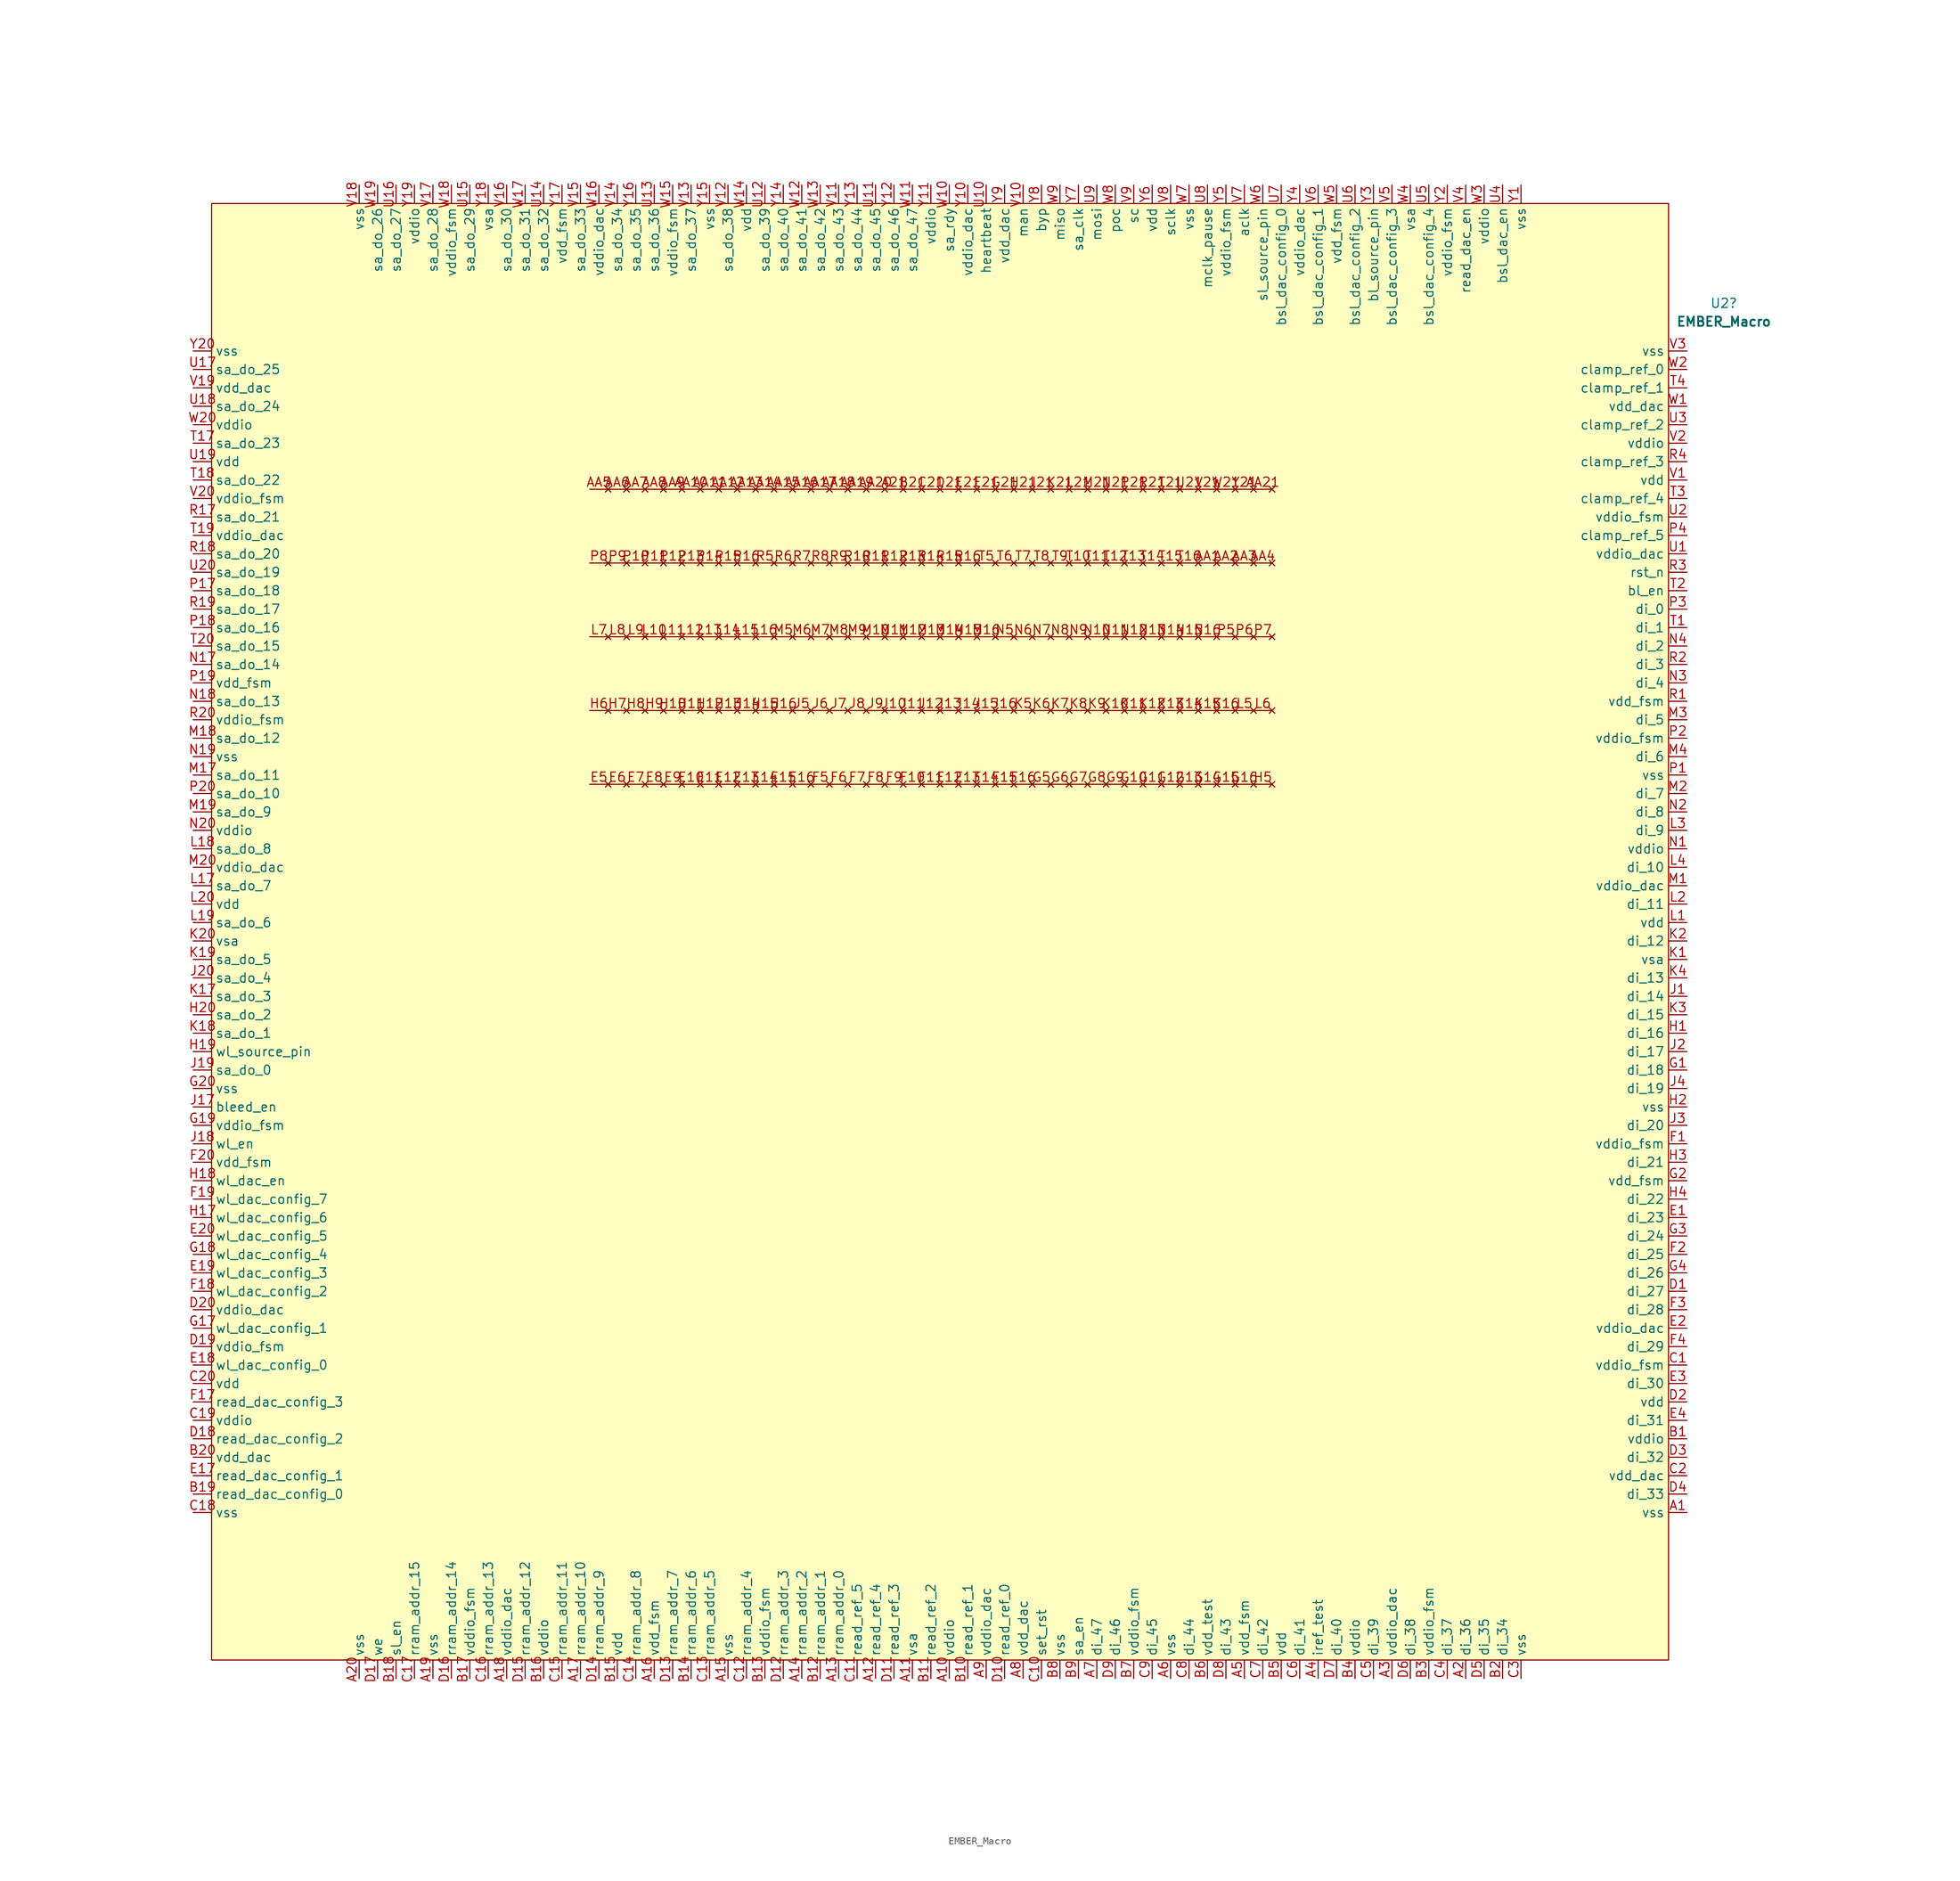
<source format=kicad_sym>
(kicad_symbol_lib
  (version 20211014)
  (generator kicad_symbol_editor)
  (symbol "EMBER_Macro"
    (property "Reference" "U2"
      (at 107.95 86.589 0)
      (effects (font (size 1.27 1.27))))
    (property "Value" "EMBER_Macro"
      (at 107.95 84.049 0)
      (effects (font (size 1.27 1.27) bold)))
    (symbol "EMBER_Macro_0_0"
      (pin power_in line (at 102.87 -80.01 180) (length 2.54) (name "vss" (effects (font (size 1.27 1.27)))) (number "A1" (effects (font (size 1.27 1.27)))))
      (pin power_in line (at 1.27 -102.87 90) (length 2.54) (name "vddio" (effects (font (size 1.27 1.27)))) (number "A10" (effects (font (size 1.27 1.27)))))
      (pin input line (at -8.89 -102.87 90) (length 2.54) (name "read_ref_4" (effects (font (size 1.27 1.27)))) (number "A12" (effects (font (size 1.27 1.27)))))
      (pin input line (at -19.05 -102.87 90) (length 2.54) (name "rram_addr_2" (effects (font (size 1.27 1.27)))) (number "A14" (effects (font (size 1.27 1.27)))))
      (pin power_in line (at -39.37 -102.87 90) (length 2.54) (name "vdd_fsm" (effects (font (size 1.27 1.27)))) (number "A16" (effects (font (size 1.27 1.27)))))
      (pin input line (at -49.53 -102.87 90) (length 2.54) (name "rram_addr_10" (effects (font (size 1.27 1.27)))) (number "A17" (effects (font (size 1.27 1.27)))))
      (pin power_in line (at -69.85 -102.87 90) (length 2.54) (name "vss" (effects (font (size 1.27 1.27)))) (number "A19" (effects (font (size 1.27 1.27)))))
      (pin power_in line (at 41.91 -102.87 90) (length 2.54) (name "vdd_fsm" (effects (font (size 1.27 1.27)))) (number "A5" (effects (font (size 1.27 1.27)))))
      (pin power_in line (at 31.75 -102.87 90) (length 2.54) (name "vss" (effects (font (size 1.27 1.27)))) (number "A6" (effects (font (size 1.27 1.27)))))
      (pin input line (at 21.59 -102.87 90) (length 2.54) (name "di_47" (effects (font (size 1.27 1.27)))) (number "A7" (effects (font (size 1.27 1.27)))))
      (pin power_in line (at 11.43 -102.87 90) (length 2.54) (name "vdd_dac" (effects (font (size 1.27 1.27)))) (number "A8" (effects (font (size 1.27 1.27)))))
      (pin power_in line (at 6.35 -102.87 90) (length 2.54) (name "vddio_dac" (effects (font (size 1.27 1.27)))) (number "A9" (effects (font (size 1.27 1.27)))))
      (pin no_connect line (at 38.1 50.8 180) (length 2.54) (name "" (effects (font (size 1.27 1.27)))) (number "AA1" (effects (font (size 1.27 1.27)))))
      (pin no_connect line (at -30.48 60.96 180) (length 2.54) (name "" (effects (font (size 1.27 1.27)))) (number "AA11" (effects (font (size 1.27 1.27)))))
      (pin no_connect line (at -27.94 60.96 180) (length 2.54) (name "" (effects (font (size 1.27 1.27)))) (number "AA12" (effects (font (size 1.27 1.27)))))
      (pin no_connect line (at -22.86 60.96 180) (length 2.54) (name "" (effects (font (size 1.27 1.27)))) (number "AA14" (effects (font (size 1.27 1.27)))))
      (pin no_connect line (at -17.78 60.96 180) (length 2.54) (name "" (effects (font (size 1.27 1.27)))) (number "AA16" (effects (font (size 1.27 1.27)))))
      (pin no_connect line (at 40.64 50.8 180) (length 2.54) (name "" (effects (font (size 1.27 1.27)))) (number "AA2" (effects (font (size 1.27 1.27)))))
      (pin no_connect line (at 45.72 60.96 180) (length 2.54) (name "" (effects (font (size 1.27 1.27)))) (number "AA21" (effects (font (size 1.27 1.27)))))
      (pin no_connect line (at -43.18 60.96 180) (length 2.54) (name "" (effects (font (size 1.27 1.27)))) (number "AA6" (effects (font (size 1.27 1.27)))))
      (pin no_connect line (at -40.64 60.96 180) (length 2.54) (name "" (effects (font (size 1.27 1.27)))) (number "AA7" (effects (font (size 1.27 1.27)))))
      (pin no_connect line (at -35.56 60.96 180) (length 2.54) (name "" (effects (font (size 1.27 1.27)))) (number "AA9" (effects (font (size 1.27 1.27)))))
      (pin power_in line (at 102.87 -69.85 180) (length 2.54) (name "vddio" (effects (font (size 1.27 1.27)))) (number "B1" (effects (font (size 1.27 1.27)))))
      (pin input line (at 3.81 -102.87 90) (length 2.54) (name "read_ref_1" (effects (font (size 1.27 1.27)))) (number "B10" (effects (font (size 1.27 1.27)))))
      (pin input line (at -1.27 -102.87 90) (length 2.54) (name "read_ref_2" (effects (font (size 1.27 1.27)))) (number "B11" (effects (font (size 1.27 1.27)))))
      (pin input line (at -16.51 -102.87 90) (length 2.54) (name "rram_addr_1" (effects (font (size 1.27 1.27)))) (number "B12" (effects (font (size 1.27 1.27)))))
      (pin power_in line (at -24.13 -102.87 90) (length 2.54) (name "vddio_fsm" (effects (font (size 1.27 1.27)))) (number "B13" (effects (font (size 1.27 1.27)))))
      (pin power_in line (at -64.77 -102.87 90) (length 2.54) (name "vddio_fsm" (effects (font (size 1.27 1.27)))) (number "B17" (effects (font (size 1.27 1.27)))))
      (pin input line (at -102.87 -77.47 0) (length 2.54) (name "read_dac_config_0" (effects (font (size 1.27 1.27)))) (number "B19" (effects (font (size 1.27 1.27)))))
      (pin input line (at 77.47 -102.87 90) (length 2.54) (name "di_34" (effects (font (size 1.27 1.27)))) (number "B2" (effects (font (size 1.27 1.27)))))
      (pin power_in line (at -102.87 -72.39 0) (length 2.54) (name "vdd_dac" (effects (font (size 1.27 1.27)))) (number "B20" (effects (font (size 1.27 1.27)))))
      (pin no_connect line (at -2.54 60.96 180) (length 2.54) (name "" (effects (font (size 1.27 1.27)))) (number "B21" (effects (font (size 1.27 1.27)))))
      (pin power_in line (at 67.31 -102.87 90) (length 2.54) (name "vddio_fsm" (effects (font (size 1.27 1.27)))) (number "B3" (effects (font (size 1.27 1.27)))))
      (pin power_in line (at 57.15 -102.87 90) (length 2.54) (name "vddio" (effects (font (size 1.27 1.27)))) (number "B4" (effects (font (size 1.27 1.27)))))
      (pin power_in line (at 36.83 -102.87 90) (length 2.54) (name "vdd_test" (effects (font (size 1.27 1.27)))) (number "B6" (effects (font (size 1.27 1.27)))))
      (pin power_in line (at 26.67 -102.87 90) (length 2.54) (name "vddio_fsm" (effects (font (size 1.27 1.27)))) (number "B7" (effects (font (size 1.27 1.27)))))
      (pin input line (at -11.43 -102.87 90) (length 2.54) (name "read_ref_5" (effects (font (size 1.27 1.27)))) (number "C11" (effects (font (size 1.27 1.27)))))
      (pin input line (at -26.67 -102.87 90) (length 2.54) (name "rram_addr_4" (effects (font (size 1.27 1.27)))) (number "C12" (effects (font (size 1.27 1.27)))))
      (pin input line (at -31.75 -102.87 90) (length 2.54) (name "rram_addr_5" (effects (font (size 1.27 1.27)))) (number "C13" (effects (font (size 1.27 1.27)))))
      (pin input line (at -52.07 -102.87 90) (length 2.54) (name "rram_addr_11" (effects (font (size 1.27 1.27)))) (number "C15" (effects (font (size 1.27 1.27)))))
      (pin input line (at -72.39 -102.87 90) (length 2.54) (name "rram_addr_15" (effects (font (size 1.27 1.27)))) (number "C17" (effects (font (size 1.27 1.27)))))
      (pin power_in line (at -102.87 -67.31 0) (length 2.54) (name "vddio" (effects (font (size 1.27 1.27)))) (number "C19" (effects (font (size 1.27 1.27)))))
      (pin power_in line (at 102.87 -74.93 180) (length 2.54) (name "vdd_dac" (effects (font (size 1.27 1.27)))) (number "C2" (effects (font (size 1.27 1.27)))))
      (pin power_in line (at -102.87 -62.23 0) (length 2.54) (name "vdd" (effects (font (size 1.27 1.27)))) (number "C20" (effects (font (size 1.27 1.27)))))
      (pin no_connect line (at 0 60.96 180) (length 2.54) (name "" (effects (font (size 1.27 1.27)))) (number "C21" (effects (font (size 1.27 1.27)))))
      (pin power_in line (at 80.01 -102.87 90) (length 2.54) (name "vss" (effects (font (size 1.27 1.27)))) (number "C3" (effects (font (size 1.27 1.27)))))
      (pin input line (at 59.69 -102.87 90) (length 2.54) (name "di_39" (effects (font (size 1.27 1.27)))) (number "C5" (effects (font (size 1.27 1.27)))))
      (pin input line (at 49.53 -102.87 90) (length 2.54) (name "di_41" (effects (font (size 1.27 1.27)))) (number "C6" (effects (font (size 1.27 1.27)))))
      (pin input line (at 44.45 -102.87 90) (length 2.54) (name "di_42" (effects (font (size 1.27 1.27)))) (number "C7" (effects (font (size 1.27 1.27)))))
      (pin input line (at 34.29 -102.87 90) (length 2.54) (name "di_44" (effects (font (size 1.27 1.27)))) (number "C8" (effects (font (size 1.27 1.27)))))
      (pin input line (at 29.21 -102.87 90) (length 2.54) (name "di_45" (effects (font (size 1.27 1.27)))) (number "C9" (effects (font (size 1.27 1.27)))))
      (pin input line (at -6.35 -102.87 90) (length 2.54) (name "read_ref_3" (effects (font (size 1.27 1.27)))) (number "D11" (effects (font (size 1.27 1.27)))))
      (pin input line (at -21.59 -102.87 90) (length 2.54) (name "rram_addr_3" (effects (font (size 1.27 1.27)))) (number "D12" (effects (font (size 1.27 1.27)))))
      (pin input line (at -36.83 -102.87 90) (length 2.54) (name "rram_addr_7" (effects (font (size 1.27 1.27)))) (number "D13" (effects (font (size 1.27 1.27)))))
      (pin input line (at -46.99 -102.87 90) (length 2.54) (name "rram_addr_9" (effects (font (size 1.27 1.27)))) (number "D14" (effects (font (size 1.27 1.27)))))
      (pin input line (at -67.31 -102.87 90) (length 2.54) (name "rram_addr_14" (effects (font (size 1.27 1.27)))) (number "D16" (effects (font (size 1.27 1.27)))))
      (pin input line (at -102.87 -69.85 0) (length 2.54) (name "read_dac_config_2" (effects (font (size 1.27 1.27)))) (number "D18" (effects (font (size 1.27 1.27)))))
      (pin power_in line (at -102.87 -57.15 0) (length 2.54) (name "vddio_fsm" (effects (font (size 1.27 1.27)))) (number "D19" (effects (font (size 1.27 1.27)))))
      (pin power_in line (at 102.87 -64.77 180) (length 2.54) (name "vdd" (effects (font (size 1.27 1.27)))) (number "D2" (effects (font (size 1.27 1.27)))))
      (pin no_connect line (at 2.54 60.96 180) (length 2.54) (name "" (effects (font (size 1.27 1.27)))) (number "D21" (effects (font (size 1.27 1.27)))))
      (pin input line (at 102.87 -72.39 180) (length 2.54) (name "di_32" (effects (font (size 1.27 1.27)))) (number "D3" (effects (font (size 1.27 1.27)))))
      (pin input line (at 102.87 -77.47 180) (length 2.54) (name "di_33" (effects (font (size 1.27 1.27)))) (number "D4" (effects (font (size 1.27 1.27)))))
      (pin input line (at 74.93 -102.87 90) (length 2.54) (name "di_35" (effects (font (size 1.27 1.27)))) (number "D5" (effects (font (size 1.27 1.27)))))
      (pin input line (at 64.77 -102.87 90) (length 2.54) (name "di_38" (effects (font (size 1.27 1.27)))) (number "D6" (effects (font (size 1.27 1.27)))))
      (pin input line (at 54.61 -102.87 90) (length 2.54) (name "di_40" (effects (font (size 1.27 1.27)))) (number "D7" (effects (font (size 1.27 1.27)))))
      (pin input line (at 39.37 -102.87 90) (length 2.54) (name "di_43" (effects (font (size 1.27 1.27)))) (number "D8" (effects (font (size 1.27 1.27)))))
      (pin input line (at 24.13 -102.87 90) (length 2.54) (name "di_46" (effects (font (size 1.27 1.27)))) (number "D9" (effects (font (size 1.27 1.27)))))
      (pin input line (at 102.87 -39.37 180) (length 2.54) (name "di_23" (effects (font (size 1.27 1.27)))) (number "E1" (effects (font (size 1.27 1.27)))))
      (pin no_connect line (at -33.02 20.32 180) (length 2.54) (name "" (effects (font (size 1.27 1.27)))) (number "E10" (effects (font (size 1.27 1.27)))))
      (pin no_connect line (at -30.48 20.32 180) (length 2.54) (name "" (effects (font (size 1.27 1.27)))) (number "E11" (effects (font (size 1.27 1.27)))))
      (pin no_connect line (at -27.94 20.32 180) (length 2.54) (name "" (effects (font (size 1.27 1.27)))) (number "E12" (effects (font (size 1.27 1.27)))))
      (pin no_connect line (at -20.32 20.32 180) (length 2.54) (name "" (effects (font (size 1.27 1.27)))) (number "E15" (effects (font (size 1.27 1.27)))))
      (pin no_connect line (at -17.78 20.32 180) (length 2.54) (name "" (effects (font (size 1.27 1.27)))) (number "E16" (effects (font (size 1.27 1.27)))))
      (pin input line (at -102.87 -74.93 0) (length 2.54) (name "read_dac_config_1" (effects (font (size 1.27 1.27)))) (number "E17" (effects (font (size 1.27 1.27)))))
      (pin input line (at -102.87 -46.99 0) (length 2.54) (name "wl_dac_config_3" (effects (font (size 1.27 1.27)))) (number "E19" (effects (font (size 1.27 1.27)))))
      (pin power_in line (at 102.87 -54.61 180) (length 2.54) (name "vddio_dac" (effects (font (size 1.27 1.27)))) (number "E2" (effects (font (size 1.27 1.27)))))
      (pin input line (at -102.87 -41.91 0) (length 2.54) (name "wl_dac_config_5" (effects (font (size 1.27 1.27)))) (number "E20" (effects (font (size 1.27 1.27)))))
      (pin no_connect line (at 5.08 60.96 180) (length 2.54) (name "" (effects (font (size 1.27 1.27)))) (number "E21" (effects (font (size 1.27 1.27)))))
      (pin input line (at 102.87 -62.23 180) (length 2.54) (name "di_30" (effects (font (size 1.27 1.27)))) (number "E3" (effects (font (size 1.27 1.27)))))
      (pin input line (at 102.87 -67.31 180) (length 2.54) (name "di_31" (effects (font (size 1.27 1.27)))) (number "E4" (effects (font (size 1.27 1.27)))))
      (pin no_connect line (at -45.72 20.32 180) (length 2.54) (name "" (effects (font (size 1.27 1.27)))) (number "E5" (effects (font (size 1.27 1.27)))))
      (pin no_connect line (at -40.64 20.32 180) (length 2.54) (name "" (effects (font (size 1.27 1.27)))) (number "E7" (effects (font (size 1.27 1.27)))))
      (pin no_connect line (at -38.1 20.32 180) (length 2.54) (name "" (effects (font (size 1.27 1.27)))) (number "E8" (effects (font (size 1.27 1.27)))))
      (pin no_connect line (at 2.54 20.32 180) (length 2.54) (name "" (effects (font (size 1.27 1.27)))) (number "F12" (effects (font (size 1.27 1.27)))))
      (pin no_connect line (at 7.62 20.32 180) (length 2.54) (name "" (effects (font (size 1.27 1.27)))) (number "F14" (effects (font (size 1.27 1.27)))))
      (pin no_connect line (at 10.16 20.32 180) (length 2.54) (name "" (effects (font (size 1.27 1.27)))) (number "F15" (effects (font (size 1.27 1.27)))))
      (pin input line (at -102.87 -49.53 0) (length 2.54) (name "wl_dac_config_2" (effects (font (size 1.27 1.27)))) (number "F18" (effects (font (size 1.27 1.27)))))
      (pin input line (at -102.87 -36.83 0) (length 2.54) (name "wl_dac_config_7" (effects (font (size 1.27 1.27)))) (number "F19" (effects (font (size 1.27 1.27)))))
      (pin no_connect line (at -12.7 20.32 180) (length 2.54) (name "" (effects (font (size 1.27 1.27)))) (number "F6" (effects (font (size 1.27 1.27)))))
      (pin no_connect line (at -7.62 20.32 180) (length 2.54) (name "" (effects (font (size 1.27 1.27)))) (number "F8" (effects (font (size 1.27 1.27)))))
      (pin no_connect line (at -5.08 20.32 180) (length 2.54) (name "" (effects (font (size 1.27 1.27)))) (number "F9" (effects (font (size 1.27 1.27)))))
      (pin input line (at 102.87 -19.05 180) (length 2.54) (name "di_18" (effects (font (size 1.27 1.27)))) (number "G1" (effects (font (size 1.27 1.27)))))
      (pin no_connect line (at 27.94 20.32 180) (length 2.54) (name "" (effects (font (size 1.27 1.27)))) (number "G10" (effects (font (size 1.27 1.27)))))
      (pin no_connect line (at 30.48 20.32 180) (length 2.54) (name "" (effects (font (size 1.27 1.27)))) (number "G11" (effects (font (size 1.27 1.27)))))
      (pin no_connect line (at 33.02 20.32 180) (length 2.54) (name "" (effects (font (size 1.27 1.27)))) (number "G12" (effects (font (size 1.27 1.27)))))
      (pin no_connect line (at 35.56 20.32 180) (length 2.54) (name "" (effects (font (size 1.27 1.27)))) (number "G13" (effects (font (size 1.27 1.27)))))
      (pin no_connect line (at 38.1 20.32 180) (length 2.54) (name "" (effects (font (size 1.27 1.27)))) (number "G14" (effects (font (size 1.27 1.27)))))
      (pin input line (at -102.87 -44.45 0) (length 2.54) (name "wl_dac_config_4" (effects (font (size 1.27 1.27)))) (number "G18" (effects (font (size 1.27 1.27)))))
      (pin power_in line (at -102.87 -26.67 0) (length 2.54) (name "vddio_fsm" (effects (font (size 1.27 1.27)))) (number "G19" (effects (font (size 1.27 1.27)))))
      (pin power_in line (at 102.87 -34.29 180) (length 2.54) (name "vdd_fsm" (effects (font (size 1.27 1.27)))) (number "G2" (effects (font (size 1.27 1.27)))))
      (pin power_in line (at -102.87 -21.59 0) (length 2.54) (name "vss" (effects (font (size 1.27 1.27)))) (number "G20" (effects (font (size 1.27 1.27)))))
      (pin input line (at 102.87 -41.91 180) (length 2.54) (name "di_24" (effects (font (size 1.27 1.27)))) (number "G3" (effects (font (size 1.27 1.27)))))
      (pin no_connect line (at 17.78 20.32 180) (length 2.54) (name "" (effects (font (size 1.27 1.27)))) (number "G6" (effects (font (size 1.27 1.27)))))
      (pin no_connect line (at 20.32 20.32 180) (length 2.54) (name "" (effects (font (size 1.27 1.27)))) (number "G7" (effects (font (size 1.27 1.27)))))
      (pin no_connect line (at 22.86 20.32 180) (length 2.54) (name "" (effects (font (size 1.27 1.27)))) (number "G8" (effects (font (size 1.27 1.27)))))
      (pin no_connect line (at 25.4 20.32 180) (length 2.54) (name "" (effects (font (size 1.27 1.27)))) (number "G9" (effects (font (size 1.27 1.27)))))
      (pin no_connect line (at -35.56 30.48 180) (length 2.54) (name "" (effects (font (size 1.27 1.27)))) (number "H10" (effects (font (size 1.27 1.27)))))
      (pin no_connect line (at -33.02 30.48 180) (length 2.54) (name "" (effects (font (size 1.27 1.27)))) (number "H11" (effects (font (size 1.27 1.27)))))
      (pin no_connect line (at -30.48 30.48 180) (length 2.54) (name "" (effects (font (size 1.27 1.27)))) (number "H12" (effects (font (size 1.27 1.27)))))
      (pin no_connect line (at -27.94 30.48 180) (length 2.54) (name "" (effects (font (size 1.27 1.27)))) (number "H13" (effects (font (size 1.27 1.27)))))
      (pin no_connect line (at -25.4 30.48 180) (length 2.54) (name "" (effects (font (size 1.27 1.27)))) (number "H14" (effects (font (size 1.27 1.27)))))
      (pin no_connect line (at -20.32 30.48 180) (length 2.54) (name "" (effects (font (size 1.27 1.27)))) (number "H16" (effects (font (size 1.27 1.27)))))
      (pin input line (at -102.87 -39.37 0) (length 2.54) (name "wl_dac_config_6" (effects (font (size 1.27 1.27)))) (number "H17" (effects (font (size 1.27 1.27)))))
      (pin power_in line (at -102.87 -16.51 0) (length 2.54) (name "wl_source_pin" (effects (font (size 1.27 1.27)))) (number "H19" (effects (font (size 1.27 1.27)))))
      (pin power_in line (at 102.87 -24.13 180) (length 2.54) (name "vss" (effects (font (size 1.27 1.27)))) (number "H2" (effects (font (size 1.27 1.27)))))
      (pin output line (at -102.87 -11.43 0) (length 2.54) (name "sa_do_2" (effects (font (size 1.27 1.27)))) (number "H20" (effects (font (size 1.27 1.27)))))
      (pin no_connect line (at 12.7 60.96 180) (length 2.54) (name "" (effects (font (size 1.27 1.27)))) (number "H21" (effects (font (size 1.27 1.27)))))
      (pin input line (at 102.87 -31.75 180) (length 2.54) (name "di_21" (effects (font (size 1.27 1.27)))) (number "H3" (effects (font (size 1.27 1.27)))))
      (pin input line (at 102.87 -36.83 180) (length 2.54) (name "di_22" (effects (font (size 1.27 1.27)))) (number "H4" (effects (font (size 1.27 1.27)))))
      (pin no_connect line (at 45.72 20.32 180) (length 2.54) (name "" (effects (font (size 1.27 1.27)))) (number "H5" (effects (font (size 1.27 1.27)))))
      (pin no_connect line (at -45.72 30.48 180) (length 2.54) (name "" (effects (font (size 1.27 1.27)))) (number "H6" (effects (font (size 1.27 1.27)))))
      (pin no_connect line (at -43.18 30.48 180) (length 2.54) (name "" (effects (font (size 1.27 1.27)))) (number "H7" (effects (font (size 1.27 1.27)))))
      (pin no_connect line (at -40.64 30.48 180) (length 2.54) (name "" (effects (font (size 1.27 1.27)))) (number "H8" (effects (font (size 1.27 1.27)))))
      (pin no_connect line (at -38.1 30.48 180) (length 2.54) (name "" (effects (font (size 1.27 1.27)))) (number "H9" (effects (font (size 1.27 1.27)))))
      (pin input line (at 102.87 -8.89 180) (length 2.54) (name "di_14" (effects (font (size 1.27 1.27)))) (number "J1" (effects (font (size 1.27 1.27)))))
      (pin no_connect line (at -2.54 30.48 180) (length 2.54) (name "" (effects (font (size 1.27 1.27)))) (number "J11" (effects (font (size 1.27 1.27)))))
      (pin no_connect line (at 0 30.48 180) (length 2.54) (name "" (effects (font (size 1.27 1.27)))) (number "J12" (effects (font (size 1.27 1.27)))))
      (pin no_connect line (at 2.54 30.48 180) (length 2.54) (name "" (effects (font (size 1.27 1.27)))) (number "J13" (effects (font (size 1.27 1.27)))))
      (pin no_connect line (at 5.08 30.48 180) (length 2.54) (name "" (effects (font (size 1.27 1.27)))) (number "J14" (effects (font (size 1.27 1.27)))))
      (pin no_connect line (at 7.62 30.48 180) (length 2.54) (name "" (effects (font (size 1.27 1.27)))) (number "J15" (effects (font (size 1.27 1.27)))))
      (pin no_connect line (at 10.16 30.48 180) (length 2.54) (name "" (effects (font (size 1.27 1.27)))) (number "J16" (effects (font (size 1.27 1.27)))))
      (pin output line (at -102.87 -6.35 0) (length 2.54) (name "sa_do_4" (effects (font (size 1.27 1.27)))) (number "J20" (effects (font (size 1.27 1.27)))))
      (pin no_connect line (at 15.24 60.96 180) (length 2.54) (name "" (effects (font (size 1.27 1.27)))) (number "J21" (effects (font (size 1.27 1.27)))))
      (pin input line (at 102.87 -26.67 180) (length 2.54) (name "di_20" (effects (font (size 1.27 1.27)))) (number "J3" (effects (font (size 1.27 1.27)))))
      (pin input line (at 102.87 -21.59 180) (length 2.54) (name "di_19" (effects (font (size 1.27 1.27)))) (number "J4" (effects (font (size 1.27 1.27)))))
      (pin no_connect line (at -17.78 30.48 180) (length 2.54) (name "" (effects (font (size 1.27 1.27)))) (number "J5" (effects (font (size 1.27 1.27)))))
      (pin no_connect line (at -15.24 30.48 180) (length 2.54) (name "" (effects (font (size 1.27 1.27)))) (number "J6" (effects (font (size 1.27 1.27)))))
      (pin no_connect line (at -12.7 30.48 180) (length 2.54) (name "" (effects (font (size 1.27 1.27)))) (number "J7" (effects (font (size 1.27 1.27)))))
      (pin no_connect line (at -10.16 30.48 180) (length 2.54) (name "" (effects (font (size 1.27 1.27)))) (number "J8" (effects (font (size 1.27 1.27)))))
      (pin power_in line (at 102.87 -3.81 180) (length 2.54) (name "vsa" (effects (font (size 1.27 1.27)))) (number "K1" (effects (font (size 1.27 1.27)))))
      (pin no_connect line (at 25.4 30.48 180) (length 2.54) (name "" (effects (font (size 1.27 1.27)))) (number "K10" (effects (font (size 1.27 1.27)))))
      (pin no_connect line (at 27.94 30.48 180) (length 2.54) (name "" (effects (font (size 1.27 1.27)))) (number "K11" (effects (font (size 1.27 1.27)))))
      (pin no_connect line (at 35.56 30.48 180) (length 2.54) (name "" (effects (font (size 1.27 1.27)))) (number "K14" (effects (font (size 1.27 1.27)))))
      (pin no_connect line (at 40.64 30.48 180) (length 2.54) (name "" (effects (font (size 1.27 1.27)))) (number "K16" (effects (font (size 1.27 1.27)))))
      (pin output line (at -102.87 -8.89 0) (length 2.54) (name "sa_do_3" (effects (font (size 1.27 1.27)))) (number "K17" (effects (font (size 1.27 1.27)))))
      (pin output line (at -102.87 -13.97 0) (length 2.54) (name "sa_do_1" (effects (font (size 1.27 1.27)))) (number "K18" (effects (font (size 1.27 1.27)))))
      (pin output line (at -102.87 -3.81 0) (length 2.54) (name "sa_do_5" (effects (font (size 1.27 1.27)))) (number "K19" (effects (font (size 1.27 1.27)))))
      (pin power_in line (at -102.87 -1.27 0) (length 2.54) (name "vsa" (effects (font (size 1.27 1.27)))) (number "K20" (effects (font (size 1.27 1.27)))))
      (pin no_connect line (at 17.78 60.96 180) (length 2.54) (name "" (effects (font (size 1.27 1.27)))) (number "K21" (effects (font (size 1.27 1.27)))))
      (pin input line (at 102.87 -11.43 180) (length 2.54) (name "di_15" (effects (font (size 1.27 1.27)))) (number "K3" (effects (font (size 1.27 1.27)))))
      (pin no_connect line (at 12.7 30.48 180) (length 2.54) (name "" (effects (font (size 1.27 1.27)))) (number "K5" (effects (font (size 1.27 1.27)))))
      (pin no_connect line (at 15.24 30.48 180) (length 2.54) (name "" (effects (font (size 1.27 1.27)))) (number "K6" (effects (font (size 1.27 1.27)))))
      (pin no_connect line (at 20.32 30.48 180) (length 2.54) (name "" (effects (font (size 1.27 1.27)))) (number "K8" (effects (font (size 1.27 1.27)))))
      (pin no_connect line (at 22.86 30.48 180) (length 2.54) (name "" (effects (font (size 1.27 1.27)))) (number "K9" (effects (font (size 1.27 1.27)))))
      (pin power_in line (at 102.87 1.27 180) (length 2.54) (name "vdd" (effects (font (size 1.27 1.27)))) (number "L1" (effects (font (size 1.27 1.27)))))
      (pin no_connect line (at -38.1 40.64 180) (length 2.54) (name "" (effects (font (size 1.27 1.27)))) (number "L10" (effects (font (size 1.27 1.27)))))
      (pin no_connect line (at -33.02 40.64 180) (length 2.54) (name "" (effects (font (size 1.27 1.27)))) (number "L12" (effects (font (size 1.27 1.27)))))
      (pin no_connect line (at -27.94 40.64 180) (length 2.54) (name "" (effects (font (size 1.27 1.27)))) (number "L14" (effects (font (size 1.27 1.27)))))
      (pin no_connect line (at -25.4 40.64 180) (length 2.54) (name "" (effects (font (size 1.27 1.27)))) (number "L15" (effects (font (size 1.27 1.27)))))
      (pin output line (at -102.87 6.35 0) (length 2.54) (name "sa_do_7" (effects (font (size 1.27 1.27)))) (number "L17" (effects (font (size 1.27 1.27)))))
      (pin output line (at -102.87 11.43 0) (length 2.54) (name "sa_do_8" (effects (font (size 1.27 1.27)))) (number "L18" (effects (font (size 1.27 1.27)))))
      (pin input line (at 102.87 3.81 180) (length 2.54) (name "di_11" (effects (font (size 1.27 1.27)))) (number "L2" (effects (font (size 1.27 1.27)))))
      (pin no_connect line (at 20.32 60.96 180) (length 2.54) (name "" (effects (font (size 1.27 1.27)))) (number "L21" (effects (font (size 1.27 1.27)))))
      (pin input line (at 102.87 13.97 180) (length 2.54) (name "di_9" (effects (font (size 1.27 1.27)))) (number "L3" (effects (font (size 1.27 1.27)))))
      (pin input line (at 102.87 8.89 180) (length 2.54) (name "di_10" (effects (font (size 1.27 1.27)))) (number "L4" (effects (font (size 1.27 1.27)))))
      (pin no_connect line (at 43.18 30.48 180) (length 2.54) (name "" (effects (font (size 1.27 1.27)))) (number "L5" (effects (font (size 1.27 1.27)))))
      (pin no_connect line (at -45.72 40.64 180) (length 2.54) (name "" (effects (font (size 1.27 1.27)))) (number "L7" (effects (font (size 1.27 1.27)))))
      (pin no_connect line (at -43.18 40.64 180) (length 2.54) (name "" (effects (font (size 1.27 1.27)))) (number "L8" (effects (font (size 1.27 1.27)))))
      (pin power_in line (at 102.87 6.35 180) (length 2.54) (name "vddio_dac" (effects (font (size 1.27 1.27)))) (number "M1" (effects (font (size 1.27 1.27)))))
      (pin no_connect line (at -7.62 40.64 180) (length 2.54) (name "" (effects (font (size 1.27 1.27)))) (number "M10" (effects (font (size 1.27 1.27)))))
      (pin no_connect line (at -2.54 40.64 180) (length 2.54) (name "" (effects (font (size 1.27 1.27)))) (number "M12" (effects (font (size 1.27 1.27)))))
      (pin no_connect line (at 0 40.64 180) (length 2.54) (name "" (effects (font (size 1.27 1.27)))) (number "M13" (effects (font (size 1.27 1.27)))))
      (pin no_connect line (at 7.62 40.64 180) (length 2.54) (name "" (effects (font (size 1.27 1.27)))) (number "M16" (effects (font (size 1.27 1.27)))))
      (pin output line (at -102.87 21.59 0) (length 2.54) (name "sa_do_11" (effects (font (size 1.27 1.27)))) (number "M17" (effects (font (size 1.27 1.27)))))
      (pin output line (at -102.87 16.51 0) (length 2.54) (name "sa_do_9" (effects (font (size 1.27 1.27)))) (number "M19" (effects (font (size 1.27 1.27)))))
      (pin input line (at 102.87 19.05 180) (length 2.54) (name "di_7" (effects (font (size 1.27 1.27)))) (number "M2" (effects (font (size 1.27 1.27)))))
      (pin power_in line (at -102.87 8.89 0) (length 2.54) (name "vddio_dac" (effects (font (size 1.27 1.27)))) (number "M20" (effects (font (size 1.27 1.27)))))
      (pin input line (at 102.87 29.21 180) (length 2.54) (name "di_5" (effects (font (size 1.27 1.27)))) (number "M3" (effects (font (size 1.27 1.27)))))
      (pin input line (at 102.87 24.13 180) (length 2.54) (name "di_6" (effects (font (size 1.27 1.27)))) (number "M4" (effects (font (size 1.27 1.27)))))
      (pin no_connect line (at -20.32 40.64 180) (length 2.54) (name "" (effects (font (size 1.27 1.27)))) (number "M5" (effects (font (size 1.27 1.27)))))
      (pin no_connect line (at -17.78 40.64 180) (length 2.54) (name "" (effects (font (size 1.27 1.27)))) (number "M6" (effects (font (size 1.27 1.27)))))
      (pin no_connect line (at -15.24 40.64 180) (length 2.54) (name "" (effects (font (size 1.27 1.27)))) (number "M7" (effects (font (size 1.27 1.27)))))
      (pin no_connect line (at -12.7 40.64 180) (length 2.54) (name "" (effects (font (size 1.27 1.27)))) (number "M8" (effects (font (size 1.27 1.27)))))
      (pin no_connect line (at -10.16 40.64 180) (length 2.54) (name "" (effects (font (size 1.27 1.27)))) (number "M9" (effects (font (size 1.27 1.27)))))
      (pin power_in line (at 102.87 11.43 180) (length 2.54) (name "vddio" (effects (font (size 1.27 1.27)))) (number "N1" (effects (font (size 1.27 1.27)))))
      (pin no_connect line (at 22.86 40.64 180) (length 2.54) (name "" (effects (font (size 1.27 1.27)))) (number "N10" (effects (font (size 1.27 1.27)))))
      (pin no_connect line (at 25.4 40.64 180) (length 2.54) (name "" (effects (font (size 1.27 1.27)))) (number "N11" (effects (font (size 1.27 1.27)))))
      (pin no_connect line (at 27.94 40.64 180) (length 2.54) (name "" (effects (font (size 1.27 1.27)))) (number "N12" (effects (font (size 1.27 1.27)))))
      (pin no_connect line (at 30.48 40.64 180) (length 2.54) (name "" (effects (font (size 1.27 1.27)))) (number "N13" (effects (font (size 1.27 1.27)))))
      (pin no_connect line (at 33.02 40.64 180) (length 2.54) (name "" (effects (font (size 1.27 1.27)))) (number "N14" (effects (font (size 1.27 1.27)))))
      (pin no_connect line (at 35.56 40.64 180) (length 2.54) (name "" (effects (font (size 1.27 1.27)))) (number "N15" (effects (font (size 1.27 1.27)))))
      (pin output line (at -102.87 36.83 0) (length 2.54) (name "sa_do_14" (effects (font (size 1.27 1.27)))) (number "N17" (effects (font (size 1.27 1.27)))))
      (pin output line (at -102.87 31.75 0) (length 2.54) (name "sa_do_13" (effects (font (size 1.27 1.27)))) (number "N18" (effects (font (size 1.27 1.27)))))
      (pin power_in line (at -102.87 24.13 0) (length 2.54) (name "vss" (effects (font (size 1.27 1.27)))) (number "N19" (effects (font (size 1.27 1.27)))))
      (pin input line (at 102.87 16.51 180) (length 2.54) (name "di_8" (effects (font (size 1.27 1.27)))) (number "N2" (effects (font (size 1.27 1.27)))))
      (pin power_in line (at -102.87 13.97 0) (length 2.54) (name "vddio" (effects (font (size 1.27 1.27)))) (number "N20" (effects (font (size 1.27 1.27)))))
      (pin no_connect line (at 25.4 60.96 180) (length 2.54) (name "" (effects (font (size 1.27 1.27)))) (number "N21" (effects (font (size 1.27 1.27)))))
      (pin no_connect line (at 10.16 40.64 180) (length 2.54) (name "" (effects (font (size 1.27 1.27)))) (number "N5" (effects (font (size 1.27 1.27)))))
      (pin no_connect line (at 17.78 40.64 180) (length 2.54) (name "" (effects (font (size 1.27 1.27)))) (number "N8" (effects (font (size 1.27 1.27)))))
      (pin no_connect line (at 20.32 40.64 180) (length 2.54) (name "" (effects (font (size 1.27 1.27)))) (number "N9" (effects (font (size 1.27 1.27)))))
      (pin power_in line (at 102.87 21.59 180) (length 2.54) (name "vss" (effects (font (size 1.27 1.27)))) (number "P1" (effects (font (size 1.27 1.27)))))
      (pin no_connect line (at -40.64 50.8 180) (length 2.54) (name "" (effects (font (size 1.27 1.27)))) (number "P10" (effects (font (size 1.27 1.27)))))
      (pin no_connect line (at -38.1 50.8 180) (length 2.54) (name "" (effects (font (size 1.27 1.27)))) (number "P11" (effects (font (size 1.27 1.27)))))
      (pin no_connect line (at -33.02 50.8 180) (length 2.54) (name "" (effects (font (size 1.27 1.27)))) (number "P13" (effects (font (size 1.27 1.27)))))
      (pin no_connect line (at -27.94 50.8 180) (length 2.54) (name "" (effects (font (size 1.27 1.27)))) (number "P15" (effects (font (size 1.27 1.27)))))
      (pin output line (at -102.87 41.91 0) (length 2.54) (name "sa_do_16" (effects (font (size 1.27 1.27)))) (number "P18" (effects (font (size 1.27 1.27)))))
      (pin power_in line (at 102.87 26.67 180) (length 2.54) (name "vddio_fsm" (effects (font (size 1.27 1.27)))) (number "P2" (effects (font (size 1.27 1.27)))))
      (pin output line (at -102.87 19.05 0) (length 2.54) (name "sa_do_10" (effects (font (size 1.27 1.27)))) (number "P20" (effects (font (size 1.27 1.27)))))
      (pin no_connect line (at 27.94 60.96 180) (length 2.54) (name "" (effects (font (size 1.27 1.27)))) (number "P21" (effects (font (size 1.27 1.27)))))
      (pin input line (at 102.87 54.61 180) (length 2.54) (name "clamp_ref_5" (effects (font (size 1.27 1.27)))) (number "P4" (effects (font (size 1.27 1.27)))))
      (pin no_connect line (at 40.64 40.64 180) (length 2.54) (name "" (effects (font (size 1.27 1.27)))) (number "P5" (effects (font (size 1.27 1.27)))))
      (pin no_connect line (at 43.18 40.64 180) (length 2.54) (name "" (effects (font (size 1.27 1.27)))) (number "P6" (effects (font (size 1.27 1.27)))))
      (pin no_connect line (at 45.72 40.64 180) (length 2.54) (name "" (effects (font (size 1.27 1.27)))) (number "P7" (effects (font (size 1.27 1.27)))))
      (pin no_connect line (at -43.18 50.8 180) (length 2.54) (name "" (effects (font (size 1.27 1.27)))) (number "P9" (effects (font (size 1.27 1.27)))))
      (pin power_in line (at 102.87 31.75 180) (length 2.54) (name "vdd_fsm" (effects (font (size 1.27 1.27)))) (number "R1" (effects (font (size 1.27 1.27)))))
      (pin no_connect line (at -10.16 50.8 180) (length 2.54) (name "" (effects (font (size 1.27 1.27)))) (number "R10" (effects (font (size 1.27 1.27)))))
      (pin no_connect line (at -7.62 50.8 180) (length 2.54) (name "" (effects (font (size 1.27 1.27)))) (number "R11" (effects (font (size 1.27 1.27)))))
      (pin no_connect line (at -5.08 50.8 180) (length 2.54) (name "" (effects (font (size 1.27 1.27)))) (number "R12" (effects (font (size 1.27 1.27)))))
      (pin no_connect line (at -2.54 50.8 180) (length 2.54) (name "" (effects (font (size 1.27 1.27)))) (number "R13" (effects (font (size 1.27 1.27)))))
      (pin no_connect line (at 2.54 50.8 180) (length 2.54) (name "" (effects (font (size 1.27 1.27)))) (number "R15" (effects (font (size 1.27 1.27)))))
      (pin output line (at -102.87 57.15 0) (length 2.54) (name "sa_do_21" (effects (font (size 1.27 1.27)))) (number "R17" (effects (font (size 1.27 1.27)))))
      (pin output line (at -102.87 44.45 0) (length 2.54) (name "sa_do_17" (effects (font (size 1.27 1.27)))) (number "R19" (effects (font (size 1.27 1.27)))))
      (pin input line (at 102.87 36.83 180) (length 2.54) (name "di_3" (effects (font (size 1.27 1.27)))) (number "R2" (effects (font (size 1.27 1.27)))))
      (pin power_in line (at -102.87 29.21 0) (length 2.54) (name "vddio_fsm" (effects (font (size 1.27 1.27)))) (number "R20" (effects (font (size 1.27 1.27)))))
      (pin no_connect line (at -20.32 50.8 180) (length 2.54) (name "" (effects (font (size 1.27 1.27)))) (number "R6" (effects (font (size 1.27 1.27)))))
      (pin no_connect line (at -17.78 50.8 180) (length 2.54) (name "" (effects (font (size 1.27 1.27)))) (number "R7" (effects (font (size 1.27 1.27)))))
      (pin no_connect line (at -15.24 50.8 180) (length 2.54) (name "" (effects (font (size 1.27 1.27)))) (number "R8" (effects (font (size 1.27 1.27)))))
      (pin no_connect line (at -12.7 50.8 180) (length 2.54) (name "" (effects (font (size 1.27 1.27)))) (number "R9" (effects (font (size 1.27 1.27)))))
      (pin input line (at 102.87 41.91 180) (length 2.54) (name "di_1" (effects (font (size 1.27 1.27)))) (number "T1" (effects (font (size 1.27 1.27)))))
      (pin no_connect line (at 22.86 50.8 180) (length 2.54) (name "" (effects (font (size 1.27 1.27)))) (number "T11" (effects (font (size 1.27 1.27)))))
      (pin no_connect line (at 25.4 50.8 180) (length 2.54) (name "" (effects (font (size 1.27 1.27)))) (number "T12" (effects (font (size 1.27 1.27)))))
      (pin no_connect line (at 27.94 50.8 180) (length 2.54) (name "" (effects (font (size 1.27 1.27)))) (number "T13" (effects (font (size 1.27 1.27)))))
      (pin no_connect line (at 33.02 50.8 180) (length 2.54) (name "" (effects (font (size 1.27 1.27)))) (number "T15" (effects (font (size 1.27 1.27)))))
      (pin output line (at -102.87 67.31 0) (length 2.54) (name "sa_do_23" (effects (font (size 1.27 1.27)))) (number "T17" (effects (font (size 1.27 1.27)))))
      (pin output line (at -102.87 62.23 0) (length 2.54) (name "sa_do_22" (effects (font (size 1.27 1.27)))) (number "T18" (effects (font (size 1.27 1.27)))))
      (pin input line (at 102.87 46.99 180) (length 2.54) (name "bl_en" (effects (font (size 1.27 1.27)))) (number "T2" (effects (font (size 1.27 1.27)))))
      (pin no_connect line (at 33.02 60.96 180) (length 2.54) (name "" (effects (font (size 1.27 1.27)))) (number "T21" (effects (font (size 1.27 1.27)))))
      (pin input line (at 102.87 74.93 180) (length 2.54) (name "clamp_ref_1" (effects (font (size 1.27 1.27)))) (number "T4" (effects (font (size 1.27 1.27)))))
      (pin no_connect line (at 7.62 50.8 180) (length 2.54) (name "" (effects (font (size 1.27 1.27)))) (number "T5" (effects (font (size 1.27 1.27)))))
      (pin no_connect line (at 12.7 50.8 180) (length 2.54) (name "" (effects (font (size 1.27 1.27)))) (number "T7" (effects (font (size 1.27 1.27)))))
      (pin no_connect line (at 15.24 50.8 180) (length 2.54) (name "" (effects (font (size 1.27 1.27)))) (number "T8" (effects (font (size 1.27 1.27)))))
      (pin power_in line (at 102.87 52.07 180) (length 2.54) (name "vddio_dac" (effects (font (size 1.27 1.27)))) (number "U1" (effects (font (size 1.27 1.27)))))
      (pin output line (at -39.37 102.87 270) (length 2.54) (name "sa_do_36" (effects (font (size 1.27 1.27)))) (number "U13" (effects (font (size 1.27 1.27)))))
      (pin output line (at -54.61 102.87 270) (length 2.54) (name "sa_do_32" (effects (font (size 1.27 1.27)))) (number "U14" (effects (font (size 1.27 1.27)))))
      (pin output line (at -64.77 102.87 270) (length 2.54) (name "sa_do_29" (effects (font (size 1.27 1.27)))) (number "U15" (effects (font (size 1.27 1.27)))))
      (pin output line (at -102.87 72.39 0) (length 2.54) (name "sa_do_24" (effects (font (size 1.27 1.27)))) (number "U18" (effects (font (size 1.27 1.27)))))
      (pin power_in line (at 102.87 57.15 180) (length 2.54) (name "vddio_fsm" (effects (font (size 1.27 1.27)))) (number "U2" (effects (font (size 1.27 1.27)))))
      (pin no_connect line (at 35.56 60.96 180) (length 2.54) (name "" (effects (font (size 1.27 1.27)))) (number "U21" (effects (font (size 1.27 1.27)))))
      (pin input line (at 102.87 69.85 180) (length 2.54) (name "clamp_ref_2" (effects (font (size 1.27 1.27)))) (number "U3" (effects (font (size 1.27 1.27)))))
      (pin input line (at 77.47 102.87 270) (length 2.54) (name "bsl_dac_en" (effects (font (size 1.27 1.27)))) (number "U4" (effects (font (size 1.27 1.27)))))
      (pin input line (at 67.31 102.87 270) (length 2.54) (name "bsl_dac_config_4" (effects (font (size 1.27 1.27)))) (number "U5" (effects (font (size 1.27 1.27)))))
      (pin input line (at 57.15 102.87 270) (length 2.54) (name "bsl_dac_config_2" (effects (font (size 1.27 1.27)))) (number "U6" (effects (font (size 1.27 1.27)))))
      (pin input line (at 36.83 102.87 270) (length 2.54) (name "mclk_pause" (effects (font (size 1.27 1.27)))) (number "U8" (effects (font (size 1.27 1.27)))))
      (pin input line (at 21.59 102.87 270) (length 2.54) (name "mosi" (effects (font (size 1.27 1.27)))) (number "U9" (effects (font (size 1.27 1.27)))))
      (pin power_in line (at 102.87 62.23 180) (length 2.54) (name "vdd" (effects (font (size 1.27 1.27)))) (number "V1" (effects (font (size 1.27 1.27)))))
      (pin input line (at 11.43 102.87 270) (length 2.54) (name "man" (effects (font (size 1.27 1.27)))) (number "V10" (effects (font (size 1.27 1.27)))))
      (pin output line (at -44.45 102.87 270) (length 2.54) (name "sa_do_34" (effects (font (size 1.27 1.27)))) (number "V14" (effects (font (size 1.27 1.27)))))
      (pin output line (at -59.69 102.87 270) (length 2.54) (name "sa_do_30" (effects (font (size 1.27 1.27)))) (number "V16" (effects (font (size 1.27 1.27)))))
      (pin output line (at -69.85 102.87 270) (length 2.54) (name "sa_do_28" (effects (font (size 1.27 1.27)))) (number "V17" (effects (font (size 1.27 1.27)))))
      (pin power_in line (at -80.01 102.87 270) (length 2.54) (name "vss" (effects (font (size 1.27 1.27)))) (number "V18" (effects (font (size 1.27 1.27)))))
      (pin power_in line (at -102.87 74.93 0) (length 2.54) (name "vdd_dac" (effects (font (size 1.27 1.27)))) (number "V19" (effects (font (size 1.27 1.27)))))
      (pin power_in line (at 102.87 67.31 180) (length 2.54) (name "vddio" (effects (font (size 1.27 1.27)))) (number "V2" (effects (font (size 1.27 1.27)))))
      (pin no_connect line (at 38.1 60.96 180) (length 2.54) (name "" (effects (font (size 1.27 1.27)))) (number "V21" (effects (font (size 1.27 1.27)))))
      (pin power_in line (at 102.87 80.01 180) (length 2.54) (name "vss" (effects (font (size 1.27 1.27)))) (number "V3" (effects (font (size 1.27 1.27)))))
      (pin input line (at 31.75 102.87 270) (length 2.54) (name "sclk" (effects (font (size 1.27 1.27)))) (number "V8" (effects (font (size 1.27 1.27)))))
      (pin input line (at 26.67 102.87 270) (length 2.54) (name "sc" (effects (font (size 1.27 1.27)))) (number "V9" (effects (font (size 1.27 1.27)))))
      (pin power_in line (at 102.87 72.39 180) (length 2.54) (name "vdd_dac" (effects (font (size 1.27 1.27)))) (number "W1" (effects (font (size 1.27 1.27)))))
      (pin output line (at 1.27 102.87 270) (length 2.54) (name "sa_rdy" (effects (font (size 1.27 1.27)))) (number "W10" (effects (font (size 1.27 1.27)))))
      (pin output line (at -19.05 102.87 270) (length 2.54) (name "sa_do_41" (effects (font (size 1.27 1.27)))) (number "W12" (effects (font (size 1.27 1.27)))))
      (pin output line (at -16.51 102.87 270) (length 2.54) (name "sa_do_42" (effects (font (size 1.27 1.27)))) (number "W13" (effects (font (size 1.27 1.27)))))
      (pin power_in line (at -26.67 102.87 270) (length 2.54) (name "vdd" (effects (font (size 1.27 1.27)))) (number "W14" (effects (font (size 1.27 1.27)))))
      (pin power_in line (at -36.83 102.87 270) (length 2.54) (name "vddio_fsm" (effects (font (size 1.27 1.27)))) (number "W15" (effects (font (size 1.27 1.27)))))
      (pin output line (at -57.15 102.87 270) (length 2.54) (name "sa_do_31" (effects (font (size 1.27 1.27)))) (number "W17" (effects (font (size 1.27 1.27)))))
      (pin power_in line (at -67.31 102.87 270) (length 2.54) (name "vddio_fsm" (effects (font (size 1.27 1.27)))) (number "W18" (effects (font (size 1.27 1.27)))))
      (pin no_connect line (at 40.64 60.96 180) (length 2.54) (name "" (effects (font (size 1.27 1.27)))) (number "W21" (effects (font (size 1.27 1.27)))))
      (pin power_in line (at 74.93 102.87 270) (length 2.54) (name "vddio" (effects (font (size 1.27 1.27)))) (number "W3" (effects (font (size 1.27 1.27)))))
      (pin power_in line (at 64.77 102.87 270) (length 2.54) (name "vsa" (effects (font (size 1.27 1.27)))) (number "W4" (effects (font (size 1.27 1.27)))))
      (pin power_in line (at 54.61 102.87 270) (length 2.54) (name "vdd_fsm" (effects (font (size 1.27 1.27)))) (number "W5" (effects (font (size 1.27 1.27)))))
      (pin power_in line (at 44.45 102.87 270) (length 2.54) (name "sl_source_pin" (effects (font (size 1.27 1.27)))) (number "W6" (effects (font (size 1.27 1.27)))))
      (pin power_in line (at 34.29 102.87 270) (length 2.54) (name "vss" (effects (font (size 1.27 1.27)))) (number "W7" (effects (font (size 1.27 1.27)))))
      (pin power_in line (at 24.13 102.87 270) (length 2.54) (name "poc" (effects (font (size 1.27 1.27)))) (number "W8" (effects (font (size 1.27 1.27)))))
      (pin output line (at 16.51 102.87 270) (length 2.54) (name "miso" (effects (font (size 1.27 1.27)))) (number "W9" (effects (font (size 1.27 1.27)))))
      (pin power_in line (at 80.01 102.87 270) (length 2.54) (name "vss" (effects (font (size 1.27 1.27)))) (number "Y1" (effects (font (size 1.27 1.27)))))
      (pin output line (at -21.59 102.87 270) (length 2.54) (name "sa_do_40" (effects (font (size 1.27 1.27)))) (number "Y14" (effects (font (size 1.27 1.27)))))
      (pin power_in line (at -31.75 102.87 270) (length 2.54) (name "vss" (effects (font (size 1.27 1.27)))) (number "Y15" (effects (font (size 1.27 1.27)))))
      (pin power_in line (at -52.07 102.87 270) (length 2.54) (name "vdd_fsm" (effects (font (size 1.27 1.27)))) (number "Y17" (effects (font (size 1.27 1.27)))))
      (pin power_in line (at -62.23 102.87 270) (length 2.54) (name "vsa" (effects (font (size 1.27 1.27)))) (number "Y18" (effects (font (size 1.27 1.27)))))
      (pin power_in line (at -102.87 80.01 0) (length 2.54) (name "vss" (effects (font (size 1.27 1.27)))) (number "Y20" (effects (font (size 1.27 1.27)))))
      (pin no_connect line (at 43.18 60.96 180) (length 2.54) (name "" (effects (font (size 1.27 1.27)))) (number "Y21" (effects (font (size 1.27 1.27)))))
      (pin power_in line (at 49.53 102.87 270) (length 2.54) (name "vddio_dac" (effects (font (size 1.27 1.27)))) (number "Y4" (effects (font (size 1.27 1.27)))))
      (pin power_in line (at 29.21 102.87 270) (length 2.54) (name "vdd" (effects (font (size 1.27 1.27)))) (number "Y6" (effects (font (size 1.27 1.27)))))
      (pin input line (at 19.05 102.87 270) (length 2.54) (name "sa_clk" (effects (font (size 1.27 1.27)))) (number "Y7" (effects (font (size 1.27 1.27)))))
      (pin input line (at 13.97 102.87 270) (length 2.54) (name "byp" (effects (font (size 1.27 1.27)))) (number "Y8" (effects (font (size 1.27 1.27)))))
      (pin power_in line (at 8.89 102.87 270) (length 2.54) (name "vdd_dac" (effects (font (size 1.27 1.27)))) (number "Y9" (effects (font (size 1.27 1.27))))))
    (symbol "EMBER_Macro_0_1"
      (rectangle (start -100.33 100.33) (end 100.33 -100.33) (stroke (width 0) (type default) (color 0 0 0 0)) (fill (type background))))
    (symbol "EMBER_Macro_1_1"
      (pin power_in line (at -3.81 -102.87 90) (length 2.54) (name "vsa" (effects (font (size 1.27 1.27)))) (number "A11" (effects (font (size 1.27 1.27)))))
      (pin input line (at -13.97 -102.87 90) (length 2.54) (name "rram_addr_0" (effects (font (size 1.27 1.27)))) (number "A13" (effects (font (size 1.27 1.27)))))
      (pin power_in line (at -29.21 -102.87 90) (length 2.54) (name "vss" (effects (font (size 1.27 1.27)))) (number "A15" (effects (font (size 1.27 1.27)))))
      (pin power_in line (at -59.69 -102.87 90) (length 2.54) (name "vddio_dac" (effects (font (size 1.27 1.27)))) (number "A18" (effects (font (size 1.27 1.27)))))
      (pin input line (at 72.39 -102.87 90) (length 2.54) (name "di_36" (effects (font (size 1.27 1.27)))) (number "A2" (effects (font (size 1.27 1.27)))))
      (pin power_in line (at -80.01 -102.87 90) (length 2.54) (name "vss" (effects (font (size 1.27 1.27)))) (number "A20" (effects (font (size 1.27 1.27)))))
      (pin no_connect line (at -5.08 60.96 180) (length 2.54) (name "" (effects (font (size 1.27 1.27)))) (number "A21" (effects (font (size 1.27 1.27)))))
      (pin power_in line (at 62.23 -102.87 90) (length 2.54) (name "vddio_dac" (effects (font (size 1.27 1.27)))) (number "A3" (effects (font (size 1.27 1.27)))))
      (pin input line (at 52.07 -102.87 90) (length 2.54) (name "iref_test" (effects (font (size 1.27 1.27)))) (number "A4" (effects (font (size 1.27 1.27)))))
      (pin no_connect line (at -33.02 60.96 180) (length 2.54) (name "" (effects (font (size 1.27 1.27)))) (number "AA10" (effects (font (size 1.27 1.27)))))
      (pin no_connect line (at -25.4 60.96 180) (length 2.54) (name "" (effects (font (size 1.27 1.27)))) (number "AA13" (effects (font (size 1.27 1.27)))))
      (pin no_connect line (at -20.32 60.96 180) (length 2.54) (name "" (effects (font (size 1.27 1.27)))) (number "AA15" (effects (font (size 1.27 1.27)))))
      (pin no_connect line (at -15.24 60.96 180) (length 2.54) (name "" (effects (font (size 1.27 1.27)))) (number "AA17" (effects (font (size 1.27 1.27)))))
      (pin no_connect line (at -12.7 60.96 180) (length 2.54) (name "" (effects (font (size 1.27 1.27)))) (number "AA18" (effects (font (size 1.27 1.27)))))
      (pin no_connect line (at -10.16 60.96 180) (length 2.54) (name "" (effects (font (size 1.27 1.27)))) (number "AA19" (effects (font (size 1.27 1.27)))))
      (pin no_connect line (at -7.62 60.96 180) (length 2.54) (name "" (effects (font (size 1.27 1.27)))) (number "AA20" (effects (font (size 1.27 1.27)))))
      (pin no_connect line (at 43.18 50.8 180) (length 2.54) (name "" (effects (font (size 1.27 1.27)))) (number "AA3" (effects (font (size 1.27 1.27)))))
      (pin no_connect line (at 45.72 50.8 180) (length 2.54) (name "" (effects (font (size 1.27 1.27)))) (number "AA4" (effects (font (size 1.27 1.27)))))
      (pin no_connect line (at -45.72 60.96 180) (length 2.54) (name "" (effects (font (size 1.27 1.27)))) (number "AA5" (effects (font (size 1.27 1.27)))))
      (pin no_connect line (at -38.1 60.96 180) (length 2.54) (name "" (effects (font (size 1.27 1.27)))) (number "AA8" (effects (font (size 1.27 1.27)))))
      (pin input line (at -34.29 -102.87 90) (length 2.54) (name "rram_addr_6" (effects (font (size 1.27 1.27)))) (number "B14" (effects (font (size 1.27 1.27)))))
      (pin power_in line (at -44.45 -102.87 90) (length 2.54) (name "vdd" (effects (font (size 1.27 1.27)))) (number "B15" (effects (font (size 1.27 1.27)))))
      (pin power_in line (at -54.61 -102.87 90) (length 2.54) (name "vddio" (effects (font (size 1.27 1.27)))) (number "B16" (effects (font (size 1.27 1.27)))))
      (pin input line (at -74.93 -102.87 90) (length 2.54) (name "sl_en" (effects (font (size 1.27 1.27)))) (number "B18" (effects (font (size 1.27 1.27)))))
      (pin power_in line (at 46.99 -102.87 90) (length 2.54) (name "vdd" (effects (font (size 1.27 1.27)))) (number "B5" (effects (font (size 1.27 1.27)))))
      (pin power_in line (at 16.51 -102.87 90) (length 2.54) (name "vss" (effects (font (size 1.27 1.27)))) (number "B8" (effects (font (size 1.27 1.27)))))
      (pin input line (at 19.05 -102.87 90) (length 2.54) (name "sa_en" (effects (font (size 1.27 1.27)))) (number "B9" (effects (font (size 1.27 1.27)))))
      (pin power_in line (at 102.87 -59.69 180) (length 2.54) (name "vddio_fsm" (effects (font (size 1.27 1.27)))) (number "C1" (effects (font (size 1.27 1.27)))))
      (pin input line (at 13.97 -102.87 90) (length 2.54) (name "set_rst" (effects (font (size 1.27 1.27)))) (number "C10" (effects (font (size 1.27 1.27)))))
      (pin input line (at -41.91 -102.87 90) (length 2.54) (name "rram_addr_8" (effects (font (size 1.27 1.27)))) (number "C14" (effects (font (size 1.27 1.27)))))
      (pin input line (at -62.23 -102.87 90) (length 2.54) (name "rram_addr_13" (effects (font (size 1.27 1.27)))) (number "C16" (effects (font (size 1.27 1.27)))))
      (pin power_in line (at -102.87 -80.01 0) (length 2.54) (name "vss" (effects (font (size 1.27 1.27)))) (number "C18" (effects (font (size 1.27 1.27)))))
      (pin input line (at 69.85 -102.87 90) (length 2.54) (name "di_37" (effects (font (size 1.27 1.27)))) (number "C4" (effects (font (size 1.27 1.27)))))
      (pin input line (at 102.87 -49.53 180) (length 2.54) (name "di_27" (effects (font (size 1.27 1.27)))) (number "D1" (effects (font (size 1.27 1.27)))))
      (pin input line (at 8.89 -102.87 90) (length 2.54) (name "read_ref_0" (effects (font (size 1.27 1.27)))) (number "D10" (effects (font (size 1.27 1.27)))))
      (pin input line (at -57.15 -102.87 90) (length 2.54) (name "rram_addr_12" (effects (font (size 1.27 1.27)))) (number "D15" (effects (font (size 1.27 1.27)))))
      (pin input line (at -77.47 -102.87 90) (length 2.54) (name "we" (effects (font (size 1.27 1.27)))) (number "D17" (effects (font (size 1.27 1.27)))))
      (pin power_in line (at -102.87 -52.07 0) (length 2.54) (name "vddio_dac" (effects (font (size 1.27 1.27)))) (number "D20" (effects (font (size 1.27 1.27)))))
      (pin no_connect line (at -25.4 20.32 180) (length 2.54) (name "" (effects (font (size 1.27 1.27)))) (number "E13" (effects (font (size 1.27 1.27)))))
      (pin no_connect line (at -22.86 20.32 180) (length 2.54) (name "" (effects (font (size 1.27 1.27)))) (number "E14" (effects (font (size 1.27 1.27)))))
      (pin input line (at -102.87 -59.69 0) (length 2.54) (name "wl_dac_config_0" (effects (font (size 1.27 1.27)))) (number "E18" (effects (font (size 1.27 1.27)))))
      (pin no_connect line (at -43.18 20.32 180) (length 2.54) (name "" (effects (font (size 1.27 1.27)))) (number "E6" (effects (font (size 1.27 1.27)))))
      (pin no_connect line (at -35.56 20.32 180) (length 2.54) (name "" (effects (font (size 1.27 1.27)))) (number "E9" (effects (font (size 1.27 1.27)))))
      (pin power_in line (at 102.87 -29.21 180) (length 2.54) (name "vddio_fsm" (effects (font (size 1.27 1.27)))) (number "F1" (effects (font (size 1.27 1.27)))))
      (pin no_connect line (at -2.54 20.32 180) (length 2.54) (name "" (effects (font (size 1.27 1.27)))) (number "F10" (effects (font (size 1.27 1.27)))))
      (pin no_connect line (at 0 20.32 180) (length 2.54) (name "" (effects (font (size 1.27 1.27)))) (number "F11" (effects (font (size 1.27 1.27)))))
      (pin no_connect line (at 5.08 20.32 180) (length 2.54) (name "" (effects (font (size 1.27 1.27)))) (number "F13" (effects (font (size 1.27 1.27)))))
      (pin no_connect line (at 12.7 20.32 180) (length 2.54) (name "" (effects (font (size 1.27 1.27)))) (number "F16" (effects (font (size 1.27 1.27)))))
      (pin input line (at -102.87 -64.77 0) (length 2.54) (name "read_dac_config_3" (effects (font (size 1.27 1.27)))) (number "F17" (effects (font (size 1.27 1.27)))))
      (pin input line (at 102.87 -44.45 180) (length 2.54) (name "di_25" (effects (font (size 1.27 1.27)))) (number "F2" (effects (font (size 1.27 1.27)))))
      (pin power_in line (at -102.87 -31.75 0) (length 2.54) (name "vdd_fsm" (effects (font (size 1.27 1.27)))) (number "F20" (effects (font (size 1.27 1.27)))))
      (pin no_connect line (at 7.62 60.96 180) (length 2.54) (name "" (effects (font (size 1.27 1.27)))) (number "F21" (effects (font (size 1.27 1.27)))))
      (pin input line (at 102.87 -52.07 180) (length 2.54) (name "di_28" (effects (font (size 1.27 1.27)))) (number "F3" (effects (font (size 1.27 1.27)))))
      (pin input line (at 102.87 -57.15 180) (length 2.54) (name "di_29" (effects (font (size 1.27 1.27)))) (number "F4" (effects (font (size 1.27 1.27)))))
      (pin no_connect line (at -15.24 20.32 180) (length 2.54) (name "" (effects (font (size 1.27 1.27)))) (number "F5" (effects (font (size 1.27 1.27)))))
      (pin no_connect line (at -10.16 20.32 180) (length 2.54) (name "" (effects (font (size 1.27 1.27)))) (number "F7" (effects (font (size 1.27 1.27)))))
      (pin no_connect line (at 40.64 20.32 180) (length 2.54) (name "" (effects (font (size 1.27 1.27)))) (number "G15" (effects (font (size 1.27 1.27)))))
      (pin no_connect line (at 43.18 20.32 180) (length 2.54) (name "" (effects (font (size 1.27 1.27)))) (number "G16" (effects (font (size 1.27 1.27)))))
      (pin input line (at -102.87 -54.61 0) (length 2.54) (name "wl_dac_config_1" (effects (font (size 1.27 1.27)))) (number "G17" (effects (font (size 1.27 1.27)))))
      (pin no_connect line (at 10.16 60.96 180) (length 2.54) (name "" (effects (font (size 1.27 1.27)))) (number "G21" (effects (font (size 1.27 1.27)))))
      (pin input line (at 102.87 -46.99 180) (length 2.54) (name "di_26" (effects (font (size 1.27 1.27)))) (number "G4" (effects (font (size 1.27 1.27)))))
      (pin no_connect line (at 15.24 20.32 180) (length 2.54) (name "" (effects (font (size 1.27 1.27)))) (number "G5" (effects (font (size 1.27 1.27)))))
      (pin input line (at 102.87 -13.97 180) (length 2.54) (name "di_16" (effects (font (size 1.27 1.27)))) (number "H1" (effects (font (size 1.27 1.27)))))
      (pin no_connect line (at -22.86 30.48 180) (length 2.54) (name "" (effects (font (size 1.27 1.27)))) (number "H15" (effects (font (size 1.27 1.27)))))
      (pin input line (at -102.87 -34.29 0) (length 2.54) (name "wl_dac_en" (effects (font (size 1.27 1.27)))) (number "H18" (effects (font (size 1.27 1.27)))))
      (pin no_connect line (at -5.08 30.48 180) (length 2.54) (name "" (effects (font (size 1.27 1.27)))) (number "J10" (effects (font (size 1.27 1.27)))))
      (pin input line (at -102.87 -24.13 0) (length 2.54) (name "bleed_en" (effects (font (size 1.27 1.27)))) (number "J17" (effects (font (size 1.27 1.27)))))
      (pin input line (at -102.87 -29.21 0) (length 2.54) (name "wl_en" (effects (font (size 1.27 1.27)))) (number "J18" (effects (font (size 1.27 1.27)))))
      (pin output line (at -102.87 -19.05 0) (length 2.54) (name "sa_do_0" (effects (font (size 1.27 1.27)))) (number "J19" (effects (font (size 1.27 1.27)))))
      (pin input line (at 102.87 -16.51 180) (length 2.54) (name "di_17" (effects (font (size 1.27 1.27)))) (number "J2" (effects (font (size 1.27 1.27)))))
      (pin no_connect line (at -7.62 30.48 180) (length 2.54) (name "" (effects (font (size 1.27 1.27)))) (number "J9" (effects (font (size 1.27 1.27)))))
      (pin no_connect line (at 30.48 30.48 180) (length 2.54) (name "" (effects (font (size 1.27 1.27)))) (number "K12" (effects (font (size 1.27 1.27)))))
      (pin no_connect line (at 33.02 30.48 180) (length 2.54) (name "" (effects (font (size 1.27 1.27)))) (number "K13" (effects (font (size 1.27 1.27)))))
      (pin no_connect line (at 38.1 30.48 180) (length 2.54) (name "" (effects (font (size 1.27 1.27)))) (number "K15" (effects (font (size 1.27 1.27)))))
      (pin input line (at 102.87 -1.27 180) (length 2.54) (name "di_12" (effects (font (size 1.27 1.27)))) (number "K2" (effects (font (size 1.27 1.27)))))
      (pin input line (at 102.87 -6.35 180) (length 2.54) (name "di_13" (effects (font (size 1.27 1.27)))) (number "K4" (effects (font (size 1.27 1.27)))))
      (pin no_connect line (at 17.78 30.48 180) (length 2.54) (name "" (effects (font (size 1.27 1.27)))) (number "K7" (effects (font (size 1.27 1.27)))))
      (pin no_connect line (at -35.56 40.64 180) (length 2.54) (name "" (effects (font (size 1.27 1.27)))) (number "L11" (effects (font (size 1.27 1.27)))))
      (pin no_connect line (at -30.48 40.64 180) (length 2.54) (name "" (effects (font (size 1.27 1.27)))) (number "L13" (effects (font (size 1.27 1.27)))))
      (pin no_connect line (at -22.86 40.64 180) (length 2.54) (name "" (effects (font (size 1.27 1.27)))) (number "L16" (effects (font (size 1.27 1.27)))))
      (pin output line (at -102.87 1.27 0) (length 2.54) (name "sa_do_6" (effects (font (size 1.27 1.27)))) (number "L19" (effects (font (size 1.27 1.27)))))
      (pin power_in line (at -102.87 3.81 0) (length 2.54) (name "vdd" (effects (font (size 1.27 1.27)))) (number "L20" (effects (font (size 1.27 1.27)))))
      (pin no_connect line (at 45.72 30.48 180) (length 2.54) (name "" (effects (font (size 1.27 1.27)))) (number "L6" (effects (font (size 1.27 1.27)))))
      (pin no_connect line (at -40.64 40.64 180) (length 2.54) (name "" (effects (font (size 1.27 1.27)))) (number "L9" (effects (font (size 1.27 1.27)))))
      (pin no_connect line (at -5.08 40.64 180) (length 2.54) (name "" (effects (font (size 1.27 1.27)))) (number "M11" (effects (font (size 1.27 1.27)))))
      (pin no_connect line (at 2.54 40.64 180) (length 2.54) (name "" (effects (font (size 1.27 1.27)))) (number "M14" (effects (font (size 1.27 1.27)))))
      (pin no_connect line (at 5.08 40.64 180) (length 2.54) (name "" (effects (font (size 1.27 1.27)))) (number "M15" (effects (font (size 1.27 1.27)))))
      (pin output line (at -102.87 26.67 0) (length 2.54) (name "sa_do_12" (effects (font (size 1.27 1.27)))) (number "M18" (effects (font (size 1.27 1.27)))))
      (pin no_connect line (at 22.86 60.96 180) (length 2.54) (name "" (effects (font (size 1.27 1.27)))) (number "M21" (effects (font (size 1.27 1.27)))))
      (pin no_connect line (at 38.1 40.64 180) (length 2.54) (name "" (effects (font (size 1.27 1.27)))) (number "N16" (effects (font (size 1.27 1.27)))))
      (pin input line (at 102.87 34.29 180) (length 2.54) (name "di_4" (effects (font (size 1.27 1.27)))) (number "N3" (effects (font (size 1.27 1.27)))))
      (pin input line (at 102.87 39.37 180) (length 2.54) (name "di_2" (effects (font (size 1.27 1.27)))) (number "N4" (effects (font (size 1.27 1.27)))))
      (pin no_connect line (at 12.7 40.64 180) (length 2.54) (name "" (effects (font (size 1.27 1.27)))) (number "N6" (effects (font (size 1.27 1.27)))))
      (pin no_connect line (at 15.24 40.64 180) (length 2.54) (name "" (effects (font (size 1.27 1.27)))) (number "N7" (effects (font (size 1.27 1.27)))))
      (pin no_connect line (at -35.56 50.8 180) (length 2.54) (name "" (effects (font (size 1.27 1.27)))) (number "P12" (effects (font (size 1.27 1.27)))))
      (pin no_connect line (at -30.48 50.8 180) (length 2.54) (name "" (effects (font (size 1.27 1.27)))) (number "P14" (effects (font (size 1.27 1.27)))))
      (pin no_connect line (at -25.4 50.8 180) (length 2.54) (name "" (effects (font (size 1.27 1.27)))) (number "P16" (effects (font (size 1.27 1.27)))))
      (pin output line (at -102.87 46.99 0) (length 2.54) (name "sa_do_18" (effects (font (size 1.27 1.27)))) (number "P17" (effects (font (size 1.27 1.27)))))
      (pin power_in line (at -102.87 34.29 0) (length 2.54) (name "vdd_fsm" (effects (font (size 1.27 1.27)))) (number "P19" (effects (font (size 1.27 1.27)))))
      (pin input line (at 102.87 44.45 180) (length 2.54) (name "di_0" (effects (font (size 1.27 1.27)))) (number "P3" (effects (font (size 1.27 1.27)))))
      (pin no_connect line (at -45.72 50.8 180) (length 2.54) (name "" (effects (font (size 1.27 1.27)))) (number "P8" (effects (font (size 1.27 1.27)))))
      (pin no_connect line (at 0 50.8 180) (length 2.54) (name "" (effects (font (size 1.27 1.27)))) (number "R14" (effects (font (size 1.27 1.27)))))
      (pin no_connect line (at 5.08 50.8 180) (length 2.54) (name "" (effects (font (size 1.27 1.27)))) (number "R16" (effects (font (size 1.27 1.27)))))
      (pin output line (at -102.87 52.07 0) (length 2.54) (name "sa_do_20" (effects (font (size 1.27 1.27)))) (number "R18" (effects (font (size 1.27 1.27)))))
      (pin no_connect line (at 30.48 60.96 180) (length 2.54) (name "" (effects (font (size 1.27 1.27)))) (number "R21" (effects (font (size 1.27 1.27)))))
      (pin input line (at 102.87 49.53 180) (length 2.54) (name "rst_n" (effects (font (size 1.27 1.27)))) (number "R3" (effects (font (size 1.27 1.27)))))
      (pin input line (at 102.87 64.77 180) (length 2.54) (name "clamp_ref_3" (effects (font (size 1.27 1.27)))) (number "R4" (effects (font (size 1.27 1.27)))))
      (pin no_connect line (at -22.86 50.8 180) (length 2.54) (name "" (effects (font (size 1.27 1.27)))) (number "R5" (effects (font (size 1.27 1.27)))))
      (pin no_connect line (at 20.32 50.8 180) (length 2.54) (name "" (effects (font (size 1.27 1.27)))) (number "T10" (effects (font (size 1.27 1.27)))))
      (pin no_connect line (at 30.48 50.8 180) (length 2.54) (name "" (effects (font (size 1.27 1.27)))) (number "T14" (effects (font (size 1.27 1.27)))))
      (pin no_connect line (at 35.56 50.8 180) (length 2.54) (name "" (effects (font (size 1.27 1.27)))) (number "T16" (effects (font (size 1.27 1.27)))))
      (pin power_in line (at -102.87 54.61 0) (length 2.54) (name "vddio_dac" (effects (font (size 1.27 1.27)))) (number "T19" (effects (font (size 1.27 1.27)))))
      (pin output line (at -102.87 39.37 0) (length 2.54) (name "sa_do_15" (effects (font (size 1.27 1.27)))) (number "T20" (effects (font (size 1.27 1.27)))))
      (pin input line (at 102.87 59.69 180) (length 2.54) (name "clamp_ref_4" (effects (font (size 1.27 1.27)))) (number "T3" (effects (font (size 1.27 1.27)))))
      (pin no_connect line (at 10.16 50.8 180) (length 2.54) (name "" (effects (font (size 1.27 1.27)))) (number "T6" (effects (font (size 1.27 1.27)))))
      (pin no_connect line (at 17.78 50.8 180) (length 2.54) (name "" (effects (font (size 1.27 1.27)))) (number "T9" (effects (font (size 1.27 1.27)))))
      (pin output line (at 6.35 102.87 270) (length 2.54) (name "heartbeat" (effects (font (size 1.27 1.27)))) (number "U10" (effects (font (size 1.27 1.27)))))
      (pin output line (at -8.89 102.87 270) (length 2.54) (name "sa_do_45" (effects (font (size 1.27 1.27)))) (number "U11" (effects (font (size 1.27 1.27)))))
      (pin output line (at -24.13 102.87 270) (length 2.54) (name "sa_do_39" (effects (font (size 1.27 1.27)))) (number "U12" (effects (font (size 1.27 1.27)))))
      (pin output line (at -74.93 102.87 270) (length 2.54) (name "sa_do_27" (effects (font (size 1.27 1.27)))) (number "U16" (effects (font (size 1.27 1.27)))))
      (pin output line (at -102.87 77.47 0) (length 2.54) (name "sa_do_25" (effects (font (size 1.27 1.27)))) (number "U17" (effects (font (size 1.27 1.27)))))
      (pin power_in line (at -102.87 64.77 0) (length 2.54) (name "vdd" (effects (font (size 1.27 1.27)))) (number "U19" (effects (font (size 1.27 1.27)))))
      (pin output line (at -102.87 49.53 0) (length 2.54) (name "sa_do_19" (effects (font (size 1.27 1.27)))) (number "U20" (effects (font (size 1.27 1.27)))))
      (pin input line (at 46.99 102.87 270) (length 2.54) (name "bsl_dac_config_0" (effects (font (size 1.27 1.27)))) (number "U7" (effects (font (size 1.27 1.27)))))
      (pin output line (at -13.97 102.87 270) (length 2.54) (name "sa_do_43" (effects (font (size 1.27 1.27)))) (number "V11" (effects (font (size 1.27 1.27)))))
      (pin output line (at -29.21 102.87 270) (length 2.54) (name "sa_do_38" (effects (font (size 1.27 1.27)))) (number "V12" (effects (font (size 1.27 1.27)))))
      (pin output line (at -34.29 102.87 270) (length 2.54) (name "sa_do_37" (effects (font (size 1.27 1.27)))) (number "V13" (effects (font (size 1.27 1.27)))))
      (pin output line (at -49.53 102.87 270) (length 2.54) (name "sa_do_33" (effects (font (size 1.27 1.27)))) (number "V15" (effects (font (size 1.27 1.27)))))
      (pin power_in line (at -102.87 59.69 0) (length 2.54) (name "vddio_fsm" (effects (font (size 1.27 1.27)))) (number "V20" (effects (font (size 1.27 1.27)))))
      (pin input line (at 72.39 102.87 270) (length 2.54) (name "read_dac_en" (effects (font (size 1.27 1.27)))) (number "V4" (effects (font (size 1.27 1.27)))))
      (pin input line (at 62.23 102.87 270) (length 2.54) (name "bsl_dac_config_3" (effects (font (size 1.27 1.27)))) (number "V5" (effects (font (size 1.27 1.27)))))
      (pin input line (at 52.07 102.87 270) (length 2.54) (name "bsl_dac_config_1" (effects (font (size 1.27 1.27)))) (number "V6" (effects (font (size 1.27 1.27)))))
      (pin input line (at 41.91 102.87 270) (length 2.54) (name "aclk" (effects (font (size 1.27 1.27)))) (number "V7" (effects (font (size 1.27 1.27)))))
      (pin output line (at -3.81 102.87 270) (length 2.54) (name "sa_do_47" (effects (font (size 1.27 1.27)))) (number "W11" (effects (font (size 1.27 1.27)))))
      (pin power_in line (at -46.99 102.87 270) (length 2.54) (name "vddio_dac" (effects (font (size 1.27 1.27)))) (number "W16" (effects (font (size 1.27 1.27)))))
      (pin output line (at -77.47 102.87 270) (length 2.54) (name "sa_do_26" (effects (font (size 1.27 1.27)))) (number "W19" (effects (font (size 1.27 1.27)))))
      (pin input line (at 102.87 77.47 180) (length 2.54) (name "clamp_ref_0" (effects (font (size 1.27 1.27)))) (number "W2" (effects (font (size 1.27 1.27)))))
      (pin power_in line (at -102.87 69.85 0) (length 2.54) (name "vddio" (effects (font (size 1.27 1.27)))) (number "W20" (effects (font (size 1.27 1.27)))))
      (pin power_in line (at 3.81 102.87 270) (length 2.54) (name "vddio_dac" (effects (font (size 1.27 1.27)))) (number "Y10" (effects (font (size 1.27 1.27)))))
      (pin power_in line (at -1.27 102.87 270) (length 2.54) (name "vddio" (effects (font (size 1.27 1.27)))) (number "Y11" (effects (font (size 1.27 1.27)))))
      (pin output line (at -6.35 102.87 270) (length 2.54) (name "sa_do_46" (effects (font (size 1.27 1.27)))) (number "Y12" (effects (font (size 1.27 1.27)))))
      (pin output line (at -11.43 102.87 270) (length 2.54) (name "sa_do_44" (effects (font (size 1.27 1.27)))) (number "Y13" (effects (font (size 1.27 1.27)))))
      (pin output line (at -41.91 102.87 270) (length 2.54) (name "sa_do_35" (effects (font (size 1.27 1.27)))) (number "Y16" (effects (font (size 1.27 1.27)))))
      (pin power_in line (at -72.39 102.87 270) (length 2.54) (name "vddio" (effects (font (size 1.27 1.27)))) (number "Y19" (effects (font (size 1.27 1.27)))))
      (pin power_in line (at 69.85 102.87 270) (length 2.54) (name "vddio_fsm" (effects (font (size 1.27 1.27)))) (number "Y2" (effects (font (size 1.27 1.27)))))
      (pin power_in line (at 59.69 102.87 270) (length 2.54) (name "bl_source_pin" (effects (font (size 1.27 1.27)))) (number "Y3" (effects (font (size 1.27 1.27)))))
      (pin power_in line (at 39.37 102.87 270) (length 2.54) (name "vddio_fsm" (effects (font (size 1.27 1.27)))) (number "Y5" (effects (font (size 1.27 1.27))))))))
</source>
